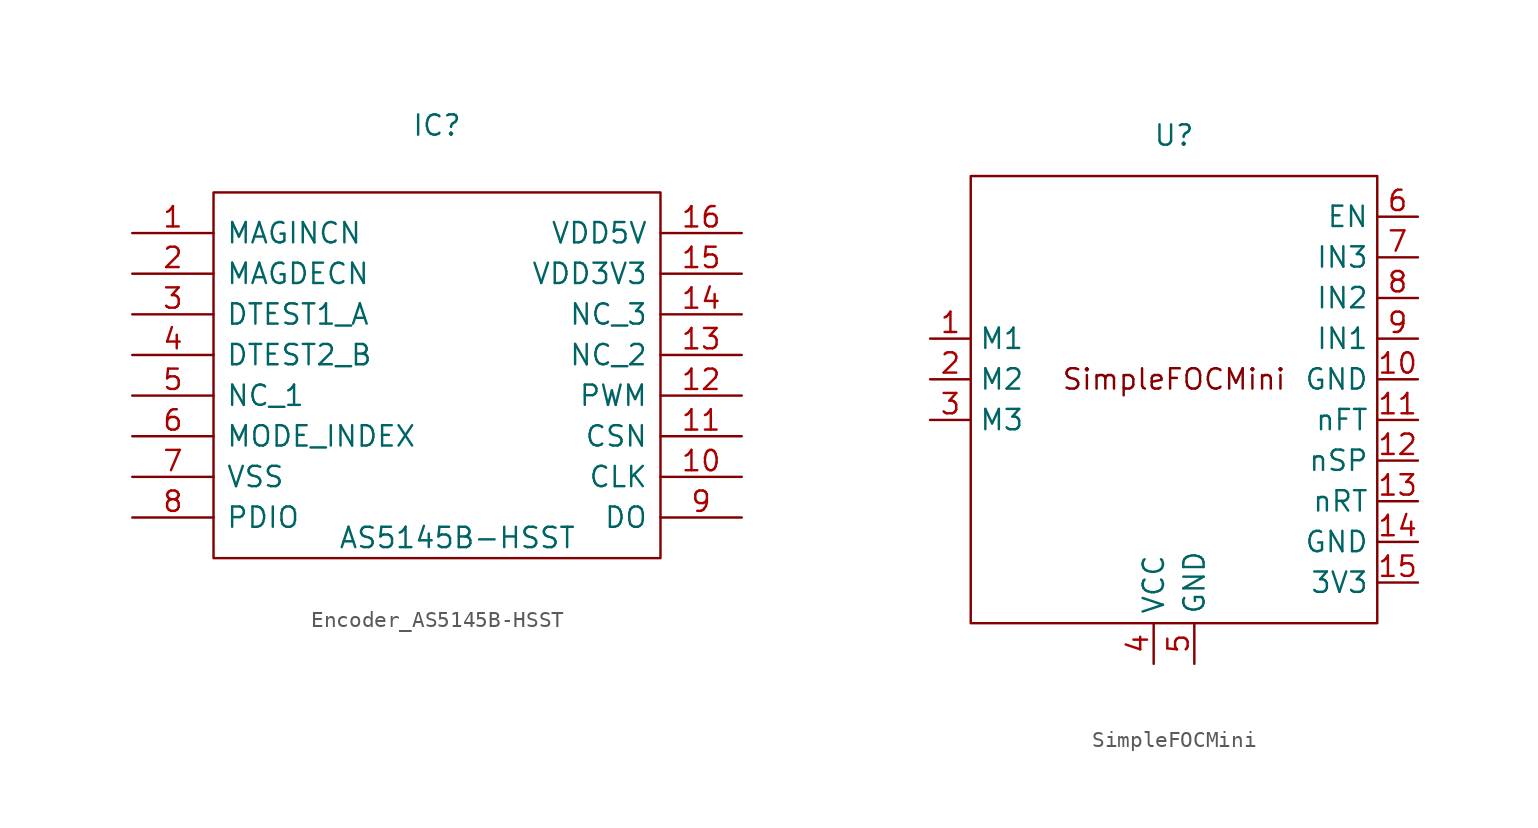
<source format=kicad_sym>
(kicad_symbol_lib
  (version 20220914)
  (generator kicad_symbol_editor)
  (symbol "Encoder_AS5145B-HSST"
    (pin_names
      (offset 0.762))
    (property "Reference" "IC"
      (at 19.05 6.731 0)
      (effects (font (size 1.27 1.27))))
    (property "Value" "AS5145B-HSST"
      (at 20.32 -19.05 0)
      (effects (font (size 1.27 1.27))))
    (symbol "Encoder_AS5145B-HSST_0_0"
      (pin unspecified line (at 0 0 0) (length 5.08) (name "MAGINCN" (effects (font (size 1.27 1.27)))) (number "1" (effects (font (size 1.27 1.27)))))
      (pin unspecified line (at 38.1 -15.24 180) (length 5.08) (name "CLK" (effects (font (size 1.27 1.27)))) (number "10" (effects (font (size 1.27 1.27)))))
      (pin unspecified line (at 38.1 -12.7 180) (length 5.08) (name "CSN" (effects (font (size 1.27 1.27)))) (number "11" (effects (font (size 1.27 1.27)))))
      (pin unspecified line (at 38.1 -10.16 180) (length 5.08) (name "PWM" (effects (font (size 1.27 1.27)))) (number "12" (effects (font (size 1.27 1.27)))))
      (pin unspecified line (at 38.1 -7.62 180) (length 5.08) (name "NC_2" (effects (font (size 1.27 1.27)))) (number "13" (effects (font (size 1.27 1.27)))))
      (pin unspecified line (at 38.1 -5.08 180) (length 5.08) (name "NC_3" (effects (font (size 1.27 1.27)))) (number "14" (effects (font (size 1.27 1.27)))))
      (pin unspecified line (at 38.1 -2.54 180) (length 5.08) (name "VDD3V3" (effects (font (size 1.27 1.27)))) (number "15" (effects (font (size 1.27 1.27)))))
      (pin unspecified line (at 38.1 0 180) (length 5.08) (name "VDD5V" (effects (font (size 1.27 1.27)))) (number "16" (effects (font (size 1.27 1.27)))))
      (pin unspecified line (at 0 -2.54 0) (length 5.08) (name "MAGDECN" (effects (font (size 1.27 1.27)))) (number "2" (effects (font (size 1.27 1.27)))))
      (pin unspecified line (at 0 -5.08 0) (length 5.08) (name "DTEST1_A" (effects (font (size 1.27 1.27)))) (number "3" (effects (font (size 1.27 1.27)))))
      (pin unspecified line (at 0 -7.62 0) (length 5.08) (name "DTEST2_B" (effects (font (size 1.27 1.27)))) (number "4" (effects (font (size 1.27 1.27)))))
      (pin unspecified line (at 0 -10.16 0) (length 5.08) (name "NC_1" (effects (font (size 1.27 1.27)))) (number "5" (effects (font (size 1.27 1.27)))))
      (pin unspecified line (at 0 -12.7 0) (length 5.08) (name "MODE_INDEX" (effects (font (size 1.27 1.27)))) (number "6" (effects (font (size 1.27 1.27)))))
      (pin unspecified line (at 0 -15.24 0) (length 5.08) (name "VSS" (effects (font (size 1.27 1.27)))) (number "7" (effects (font (size 1.27 1.27)))))
      (pin unspecified line (at 0 -17.78 0) (length 5.08) (name "PDIO" (effects (font (size 1.27 1.27)))) (number "8" (effects (font (size 1.27 1.27)))))
      (pin unspecified line (at 38.1 -17.78 180) (length 5.08) (name "DO" (effects (font (size 1.27 1.27)))) (number "9" (effects (font (size 1.27 1.27))))))
    (symbol "Encoder_AS5145B-HSST_0_1"
      (polyline (pts (xy 5.08 2.54) (xy 33.02 2.54) (xy 33.02 -20.32) (xy 5.08 -20.32) (xy 5.08 2.54)) (stroke (width 0.152) (type solid)) (fill (type none)))))
  (symbol "SimpleFOCMini"
    (property "Reference" "U"
      (at 0 15.24 0)
      (effects (font (size 1.27 1.27))))
    (property "Value" ""
      (at 0 0 0)
      (effects (font (size 1.27 1.27))))
    (symbol "SimpleFOCMini_0_1"
      (rectangle (start -12.7 12.7) (end 12.7 -15.24) (stroke (width 0) (type default)) (fill (type none))))
    (symbol "SimpleFOCMini_1_1"
      (text "SimpleFOCMini" (at 0 0 0) (effects (font (size 1.27 1.27))))
      (pin output line (at -15.24 2.54 0) (length 2.54) (name "M1" (effects (font (size 1.27 1.27)))) (number "1" (effects (font (size 1.27 1.27)))))
      (pin power_in line (at 15.24 0 180) (length 2.54) (name "GND" (effects (font (size 1.27 1.27)))) (number "10" (effects (font (size 1.27 1.27)))))
      (pin input line (at 15.24 -2.54 180) (length 2.54) (name "nFT" (effects (font (size 1.27 1.27)))) (number "11" (effects (font (size 1.27 1.27)))))
      (pin input line (at 15.24 -5.08 180) (length 2.54) (name "nSP" (effects (font (size 1.27 1.27)))) (number "12" (effects (font (size 1.27 1.27)))))
      (pin input line (at 15.24 -7.62 180) (length 2.54) (name "nRT" (effects (font (size 1.27 1.27)))) (number "13" (effects (font (size 1.27 1.27)))))
      (pin power_in line (at 15.24 -10.16 180) (length 2.54) (name "GND" (effects (font (size 1.27 1.27)))) (number "14" (effects (font (size 1.27 1.27)))))
      (pin power_in line (at 15.24 -12.7 180) (length 2.54) (name "3V3" (effects (font (size 1.27 1.27)))) (number "15" (effects (font (size 1.27 1.27)))))
      (pin output line (at -15.24 0 0) (length 2.54) (name "M2" (effects (font (size 1.27 1.27)))) (number "2" (effects (font (size 1.27 1.27)))))
      (pin output line (at -15.24 -2.54 0) (length 2.54) (name "M3" (effects (font (size 1.27 1.27)))) (number "3" (effects (font (size 1.27 1.27)))))
      (pin power_in line (at -1.27 -17.78 90) (length 2.54) (name "VCC" (effects (font (size 1.27 1.27)))) (number "4" (effects (font (size 1.27 1.27)))))
      (pin power_in line (at 1.27 -17.78 90) (length 2.54) (name "GND" (effects (font (size 1.27 1.27)))) (number "5" (effects (font (size 1.27 1.27)))))
      (pin input line (at 15.24 10.16 180) (length 2.54) (name "EN" (effects (font (size 1.27 1.27)))) (number "6" (effects (font (size 1.27 1.27)))))
      (pin input line (at 15.24 7.62 180) (length 2.54) (name "IN3" (effects (font (size 1.27 1.27)))) (number "7" (effects (font (size 1.27 1.27)))))
      (pin input line (at 15.24 5.08 180) (length 2.54) (name "IN2" (effects (font (size 1.27 1.27)))) (number "8" (effects (font (size 1.27 1.27)))))
      (pin input line (at 15.24 2.54 180) (length 2.54) (name "IN1" (effects (font (size 1.27 1.27)))) (number "9" (effects (font (size 1.27 1.27))))))))
</source>
